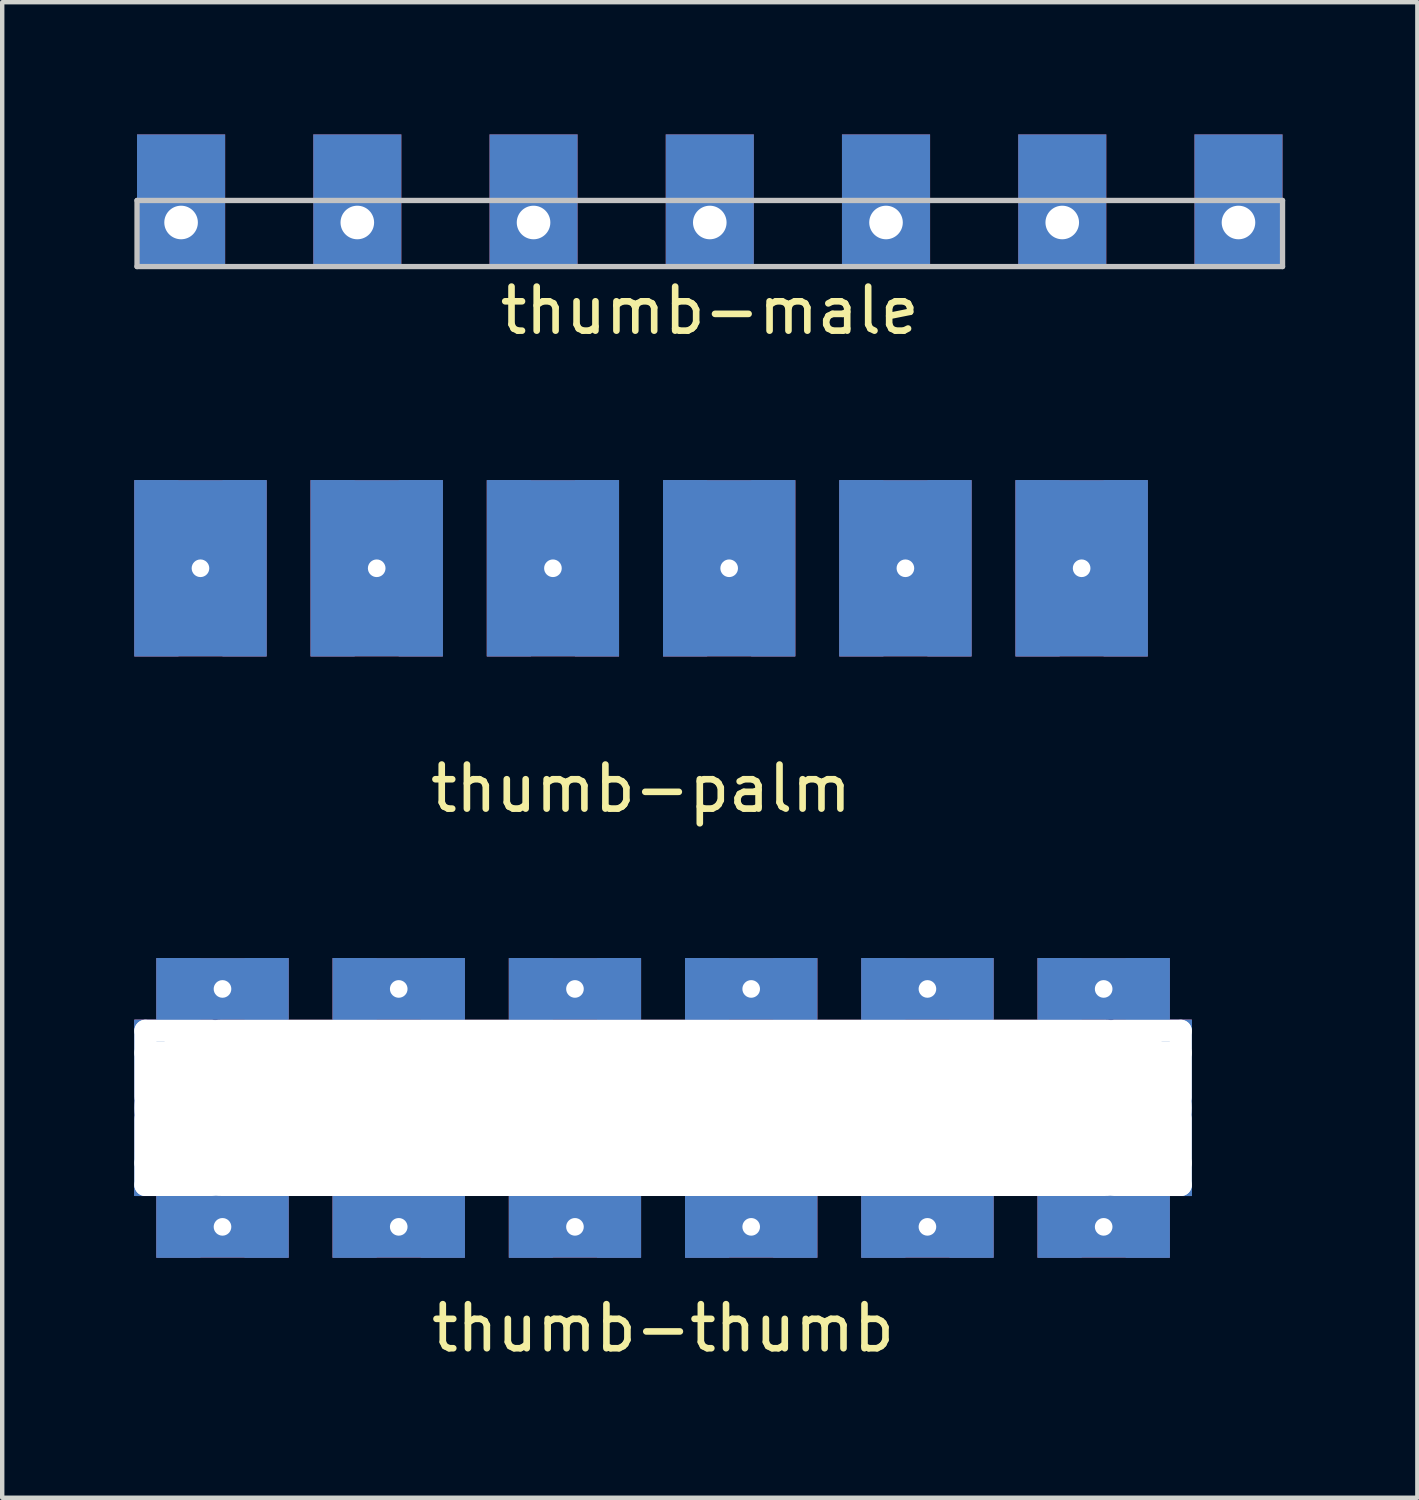
<source format=kicad_pcb>
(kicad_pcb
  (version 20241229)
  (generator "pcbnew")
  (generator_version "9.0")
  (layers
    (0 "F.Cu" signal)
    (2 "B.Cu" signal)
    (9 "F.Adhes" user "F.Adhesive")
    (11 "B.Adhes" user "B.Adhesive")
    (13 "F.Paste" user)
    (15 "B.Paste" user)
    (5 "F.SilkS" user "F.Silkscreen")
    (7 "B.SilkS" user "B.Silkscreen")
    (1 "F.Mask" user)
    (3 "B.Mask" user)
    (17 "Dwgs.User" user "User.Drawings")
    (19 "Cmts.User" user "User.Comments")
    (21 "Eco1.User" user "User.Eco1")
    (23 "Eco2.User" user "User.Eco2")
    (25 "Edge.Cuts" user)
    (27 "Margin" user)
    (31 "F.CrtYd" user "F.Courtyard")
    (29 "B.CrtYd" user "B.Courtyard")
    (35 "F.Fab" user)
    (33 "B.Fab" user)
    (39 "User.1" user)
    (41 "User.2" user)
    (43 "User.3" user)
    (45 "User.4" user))
  (footprint "thumb-thumb"
    (layer "F.Cu")
    (at 12 22.096)
    (property "Reference" "thumb-thumb" (at 0 5 0) (layer "F.SilkS") (effects (font (size 1 1) (thickness 0.15))))
    (attr through_hole)
    (pad "" np_thru_hole rect (at -11.75 -1 90) (size 2 0.5) (drill oval 2 0.5) (layers "*.Cu" "*.Mask"))
    (pad "" np_thru_hole rect (at -11.75 1 90) (size 2 0.5) (drill oval 2 0.5) (layers "*.Cu" "*.Mask"))
    (pad "" np_thru_hole rect (at -11 -1.75 180) (size 2 0.5) (drill oval 2 0.5) (layers "*.Cu" "*.Mask"))
    (pad "" np_thru_hole rect (at -11 -1.25 180) (size 2 0.5) (drill oval 2 0.5) (layers "*.Cu" "*.Mask"))
    (pad "" np_thru_hole rect (at -11 1.25 180) (size 2 0.5) (drill oval 2 0.5) (layers "*.Cu" "*.Mask"))
    (pad "" np_thru_hole rect (at -11 1.75 180) (size 2 0.5) (drill oval 2 0.5) (layers "*.Cu" "*.Mask"))
    (pad "" np_thru_hole rect (at 0 0) (size 24 4) (drill oval 24 4) (layers "*.Cu" "*.Mask"))
    (pad "" np_thru_hole rect (at 11 -1.75 180) (size 2 0.5) (drill oval 2 0.5) (layers "*.Cu" "*.Mask"))
    (pad "" np_thru_hole rect (at 11 -1.25 180) (size 2 0.5) (drill oval 2 0.5) (layers "*.Cu" "*.Mask"))
    (pad "" np_thru_hole rect (at 11 1.25 180) (size 2 0.5) (drill oval 2 0.5) (layers "*.Cu" "*.Mask"))
    (pad "" np_thru_hole rect (at 11 1.75 180) (size 2 0.5) (drill oval 2 0.5) (layers "*.Cu" "*.Mask"))
    (pad "" np_thru_hole rect (at 11.75 -1 90) (size 2 0.5) (drill oval 2 0.5) (layers "*.Cu" "*.Mask"))
    (pad "" np_thru_hole rect (at 11.75 1 90) (size 2 0.5) (drill oval 2 0.5) (layers "*.Cu" "*.Mask"))
    (pad "1" smd rect (at -11 -2.7) (size 1 1.4) (layers "F.Cu" "F.Mask" "F.Paste"))
    (pad "1" smd rect (at -11 -2.7) (size 1 1.4) (layers "B.Cu" "B.Mask" "B.Paste"))
    (pad "1" smd rect (at -11 2.7) (size 1 1.4) (layers "F.Cu" "F.Mask" "F.Paste"))
    (pad "1" smd rect (at -11 2.7) (size 1 1.4) (layers "B.Cu" "B.Mask" "B.Paste"))
    (pad "1" thru_hole rect (at -10 -2.7 180) (size 3 1.4) (drill 0.4) (layers "*.Cu"))
    (pad "1" thru_hole rect (at -10 2.7) (size 3 1.4) (drill 0.4) (layers "*.Cu"))
    (pad "1" smd rect (at -9 -2.7) (size 1 1.4) (layers "F.Cu" "F.Mask" "F.Paste"))
    (pad "1" smd rect (at -9 -2.7) (size 1 1.4) (layers "B.Cu" "B.Mask" "B.Paste"))
    (pad "1" smd rect (at -9 2.7) (size 1 1.4) (layers "F.Cu" "F.Mask" "F.Paste"))
    (pad "1" smd rect (at -9 2.7) (size 1 1.4) (layers "B.Cu" "B.Mask" "B.Paste"))
    (pad "2" smd rect (at -7 -2.7) (size 1 1.4) (layers "F.Cu" "F.Mask" "F.Paste"))
    (pad "2" smd rect (at -7 -2.7) (size 1 1.4) (layers "B.Cu" "B.Mask" "B.Paste"))
    (pad "2" smd rect (at -7 2.7) (size 1 1.4) (layers "F.Cu" "F.Mask" "F.Paste"))
    (pad "2" smd rect (at -7 2.7) (size 1 1.4) (layers "B.Cu" "B.Mask" "B.Paste"))
    (pad "2" thru_hole rect (at -6 -2.7 180) (size 3 1.4) (drill 0.4) (layers "*.Cu"))
    (pad "2" thru_hole rect (at -6 2.7) (size 3 1.4) (drill 0.4) (layers "*.Cu"))
    (pad "2" smd rect (at -5 -2.7) (size 1 1.4) (layers "F.Cu" "F.Mask" "F.Paste"))
    (pad "2" smd rect (at -5 -2.7) (size 1 1.4) (layers "B.Cu" "B.Mask" "B.Paste"))
    (pad "2" smd rect (at -5 2.7) (size 1 1.4) (layers "F.Cu" "F.Mask" "F.Paste"))
    (pad "2" smd rect (at -5 2.7) (size 1 1.4) (layers "B.Cu" "B.Mask" "B.Paste"))
    (pad "3" smd rect (at -3 -2.7) (size 1 1.4) (layers "F.Cu" "F.Mask" "F.Paste"))
    (pad "3" smd rect (at -3 -2.7) (size 1 1.4) (layers "B.Cu" "B.Mask" "B.Paste"))
    (pad "3" smd rect (at -3 2.7) (size 1 1.4) (layers "F.Cu" "F.Mask" "F.Paste"))
    (pad "3" smd rect (at -3 2.7) (size 1 1.4) (layers "B.Cu" "B.Mask" "B.Paste"))
    (pad "3" thru_hole rect (at -2 -2.7 180) (size 3 1.4) (drill 0.4) (layers "*.Cu"))
    (pad "3" thru_hole rect (at -2 2.7) (size 3 1.4) (drill 0.4) (layers "*.Cu"))
    (pad "3" smd rect (at -1 -2.7) (size 1 1.4) (layers "F.Cu" "F.Mask" "F.Paste"))
    (pad "3" smd rect (at -1 -2.7) (size 1 1.4) (layers "B.Cu" "B.Mask" "B.Paste"))
    (pad "3" smd rect (at -1 2.7) (size 1 1.4) (layers "F.Cu" "F.Mask" "F.Paste"))
    (pad "3" smd rect (at -1 2.7) (size 1 1.4) (layers "B.Cu" "B.Mask" "B.Paste"))
    (pad "4" smd rect (at 1 -2.7) (size 1 1.4) (layers "F.Cu" "F.Mask" "F.Paste"))
    (pad "4" smd rect (at 1 -2.7) (size 1 1.4) (layers "B.Cu" "B.Mask" "B.Paste"))
    (pad "4" smd rect (at 1 2.7) (size 1 1.4) (layers "F.Cu" "F.Mask" "F.Paste"))
    (pad "4" smd rect (at 1 2.7) (size 1 1.4) (layers "B.Cu" "B.Mask" "B.Paste"))
    (pad "4" thru_hole rect (at 2 -2.7 180) (size 3 1.4) (drill 0.4) (layers "*.Cu"))
    (pad "4" thru_hole rect (at 2 2.7) (size 3 1.4) (drill 0.4) (layers "*.Cu"))
    (pad "4" smd rect (at 3 -2.7) (size 1 1.4) (layers "F.Cu" "F.Mask" "F.Paste"))
    (pad "4" smd rect (at 3 -2.7) (size 1 1.4) (layers "B.Cu" "B.Mask" "B.Paste"))
    (pad "4" smd rect (at 3 2.7) (size 1 1.4) (layers "F.Cu" "F.Mask" "F.Paste"))
    (pad "4" smd rect (at 3 2.7) (size 1 1.4) (layers "B.Cu" "B.Mask" "B.Paste"))
    (pad "5" smd rect (at 5 -2.7) (size 1 1.4) (layers "F.Cu" "F.Mask" "F.Paste"))
    (pad "5" smd rect (at 5 -2.7) (size 1 1.4) (layers "B.Cu" "B.Mask" "B.Paste"))
    (pad "5" smd rect (at 5 2.7) (size 1 1.4) (layers "F.Cu" "F.Mask" "F.Paste"))
    (pad "5" smd rect (at 5 2.7) (size 1 1.4) (layers "B.Cu" "B.Mask" "B.Paste"))
    (pad "5" thru_hole rect (at 6 -2.7 180) (size 3 1.4) (drill 0.4) (layers "*.Cu"))
    (pad "5" thru_hole rect (at 6 2.7) (size 3 1.4) (drill 0.4) (layers "*.Cu"))
    (pad "5" smd rect (at 7 -2.7) (size 1 1.4) (layers "F.Cu" "F.Mask" "F.Paste"))
    (pad "5" smd rect (at 7 -2.7) (size 1 1.4) (layers "B.Cu" "B.Mask" "B.Paste"))
    (pad "5" smd rect (at 7 2.7) (size 1 1.4) (layers "F.Cu" "F.Mask" "F.Paste"))
    (pad "5" smd rect (at 7 2.7) (size 1 1.4) (layers "B.Cu" "B.Mask" "B.Paste"))
    (pad "6" smd rect (at 9 -2.7) (size 1 1.4) (layers "F.Cu" "F.Mask" "F.Paste"))
    (pad "6" smd rect (at 9 -2.7) (size 1 1.4) (layers "B.Cu" "B.Mask" "B.Paste"))
    (pad "6" smd rect (at 9 2.7) (size 1 1.4) (layers "F.Cu" "F.Mask" "F.Paste"))
    (pad "6" smd rect (at 9 2.7) (size 1 1.4) (layers "B.Cu" "B.Mask" "B.Paste"))
    (pad "6" thru_hole rect (at 10 -2.7 180) (size 3 1.4) (drill 0.4) (layers "*.Cu"))
    (pad "6" thru_hole rect (at 10 2.7) (size 3 1.4) (drill 0.4) (layers "*.Cu"))
    (pad "6" smd rect (at 11 -2.7) (size 1 1.4) (layers "F.Cu" "F.Mask" "F.Paste"))
    (pad "6" smd rect (at 11 -2.7) (size 1 1.4) (layers "B.Cu" "B.Mask" "B.Paste"))
    (pad "6" smd rect (at 11 2.7) (size 1 1.4) (layers "F.Cu" "F.Mask" "F.Paste"))
    (pad "6" smd rect (at 11 2.7) (size 1 1.4) (layers "B.Cu" "B.Mask" "B.Paste")))
  (footprint "thumb-palm"
    (layer "F.Cu")
    (at 11.5 9.848)
    (property "Reference" "thumb-palm" (at 0 5 0) (layer "F.SilkS") (effects (font (size 1 1) (thickness 0.15))))
    (attr through_hole)
    (pad "1" smd rect (at -11 0) (size 1 4) (layers "F.Cu" "F.Mask" "F.Paste"))
    (pad "1" smd rect (at -11 0) (size 1 4) (layers "B.Cu" "B.Mask" "B.Paste"))
    (pad "1" thru_hole rect (at -10 0) (size 3 4) (drill 0.4) (layers "*.Cu"))
    (pad "1" smd rect (at -9 0) (size 1 4) (layers "F.Cu" "F.Mask" "F.Paste"))
    (pad "1" smd rect (at -9 0) (size 1 4) (layers "B.Cu" "B.Mask" "B.Paste"))
    (pad "2" smd rect (at -7 0) (size 1 4) (layers "F.Cu" "F.Mask" "F.Paste"))
    (pad "2" smd rect (at -7 0) (size 1 4) (layers "B.Cu" "B.Mask" "B.Paste"))
    (pad "2" thru_hole rect (at -6 0) (size 3 4) (drill 0.4) (layers "*.Cu"))
    (pad "2" smd rect (at -5 0) (size 1 4) (layers "F.Cu" "F.Mask" "F.Paste"))
    (pad "2" smd rect (at -5 0) (size 1 4) (layers "B.Cu" "B.Mask" "B.Paste"))
    (pad "3" smd rect (at -3 0) (size 1 4) (layers "F.Cu" "F.Mask" "F.Paste"))
    (pad "3" smd rect (at -3 0) (size 1 4) (layers "B.Cu" "B.Mask" "B.Paste"))
    (pad "3" thru_hole rect (at -2 0) (size 3 4) (drill 0.4) (layers "*.Cu"))
    (pad "3" smd rect (at -1 0) (size 1 4) (layers "F.Cu" "F.Mask" "F.Paste"))
    (pad "3" smd rect (at -1 0) (size 1 4) (layers "B.Cu" "B.Mask" "B.Paste"))
    (pad "4" smd rect (at 1 0) (size 1 4) (layers "F.Cu" "F.Mask" "F.Paste"))
    (pad "4" smd rect (at 1 0) (size 1 4) (layers "B.Cu" "B.Mask" "B.Paste"))
    (pad "4" thru_hole rect (at 2 0) (size 3 4) (drill 0.4) (layers "*.Cu"))
    (pad "4" smd rect (at 3 0) (size 1 4) (layers "F.Cu" "F.Mask" "F.Paste"))
    (pad "4" smd rect (at 3 0) (size 1 4) (layers "B.Cu" "B.Mask" "B.Paste"))
    (pad "5" smd rect (at 5 0) (size 1 4) (layers "F.Cu" "F.Mask" "F.Paste"))
    (pad "5" smd rect (at 5 0) (size 1 4) (layers "B.Cu" "B.Mask" "B.Paste"))
    (pad "5" thru_hole rect (at 6 0) (size 3 4) (drill 0.4) (layers "*.Cu"))
    (pad "5" smd rect (at 7 0) (size 1 4) (layers "F.Cu" "F.Mask" "F.Paste"))
    (pad "5" smd rect (at 7 0) (size 1 4) (layers "B.Cu" "B.Mask" "B.Paste"))
    (pad "6" smd rect (at 9 0) (size 1 4) (layers "F.Cu" "F.Mask" "F.Paste"))
    (pad "6" smd rect (at 9 0) (size 1 4) (layers "B.Cu" "B.Mask" "B.Paste"))
    (pad "6" thru_hole rect (at 10 0) (size 3 4) (drill 0.4) (layers "*.Cu"))
    (pad "6" smd rect (at 11 0) (size 1 4) (layers "F.Cu" "F.Mask" "F.Paste"))
    (pad "6" smd rect (at 11 0) (size 1 4) (layers "B.Cu" "B.Mask" "B.Paste")))
  (footprint "thumb-male"
    (layer "F.Cu")
    (at 13.06 1.5)
    (property "Reference" "thumb-male" (at 0 2.5 0) (layer "F.SilkS") (effects (font (size 1 1) (thickness 0.15))))
    (attr through_hole)
    (fp_line (start -13 0) (end -13 1.5) (stroke (width 0.12) (type solid)) (layer "Dwgs.User"))
    (fp_line (start -13 1.5) (end 13 1.5) (stroke (width 0.12) (type solid)) (layer "Dwgs.User"))
    (fp_line (start 13 0) (end -13 0) (stroke (width 0.12) (type solid)) (layer "Dwgs.User"))
    (fp_line (start 13 1.5) (end 13 0) (stroke (width 0.12) (type solid)) (layer "Dwgs.User"))
    (pad "1" thru_hole rect (at -12 0.5) (size 2 3) (drill 0.762 (offset 0 -0.5)) (layers "*.Cu" "*.Mask"))
    (pad "2" thru_hole rect (at -8 0.5) (size 2 3) (drill 0.762 (offset 0 -0.5)) (layers "*.Cu" "*.Mask"))
    (pad "3" thru_hole rect (at -4 0.5) (size 2 3) (drill 0.762 (offset 0 -0.5)) (layers "*.Cu" "*.Mask"))
    (pad "4" thru_hole rect (at 0 0.5) (size 2 3) (drill 0.762 (offset 0 -0.5)) (layers "*.Cu" "*.Mask"))
    (pad "5" thru_hole rect (at 4 0.5) (size 2 3) (drill 0.762 (offset 0 -0.5)) (layers "*.Cu" "*.Mask"))
    (pad "6" thru_hole rect (at 8 0.5) (size 2 3) (drill 0.762 (offset 0 -0.5)) (layers "*.Cu" "*.Mask"))
    (pad "7" thru_hole rect (at 12 0.5) (size 2 3) (drill 0.762 (offset 0 -0.5)) (layers "*.Cu" "*.Mask")))
  (gr_rect
    (start -3 -3)
    (end 29.12 30.945)
    (stroke (width 0.1) (type default))
    (fill no)
    (layer "Edge.Cuts")))
</source>
